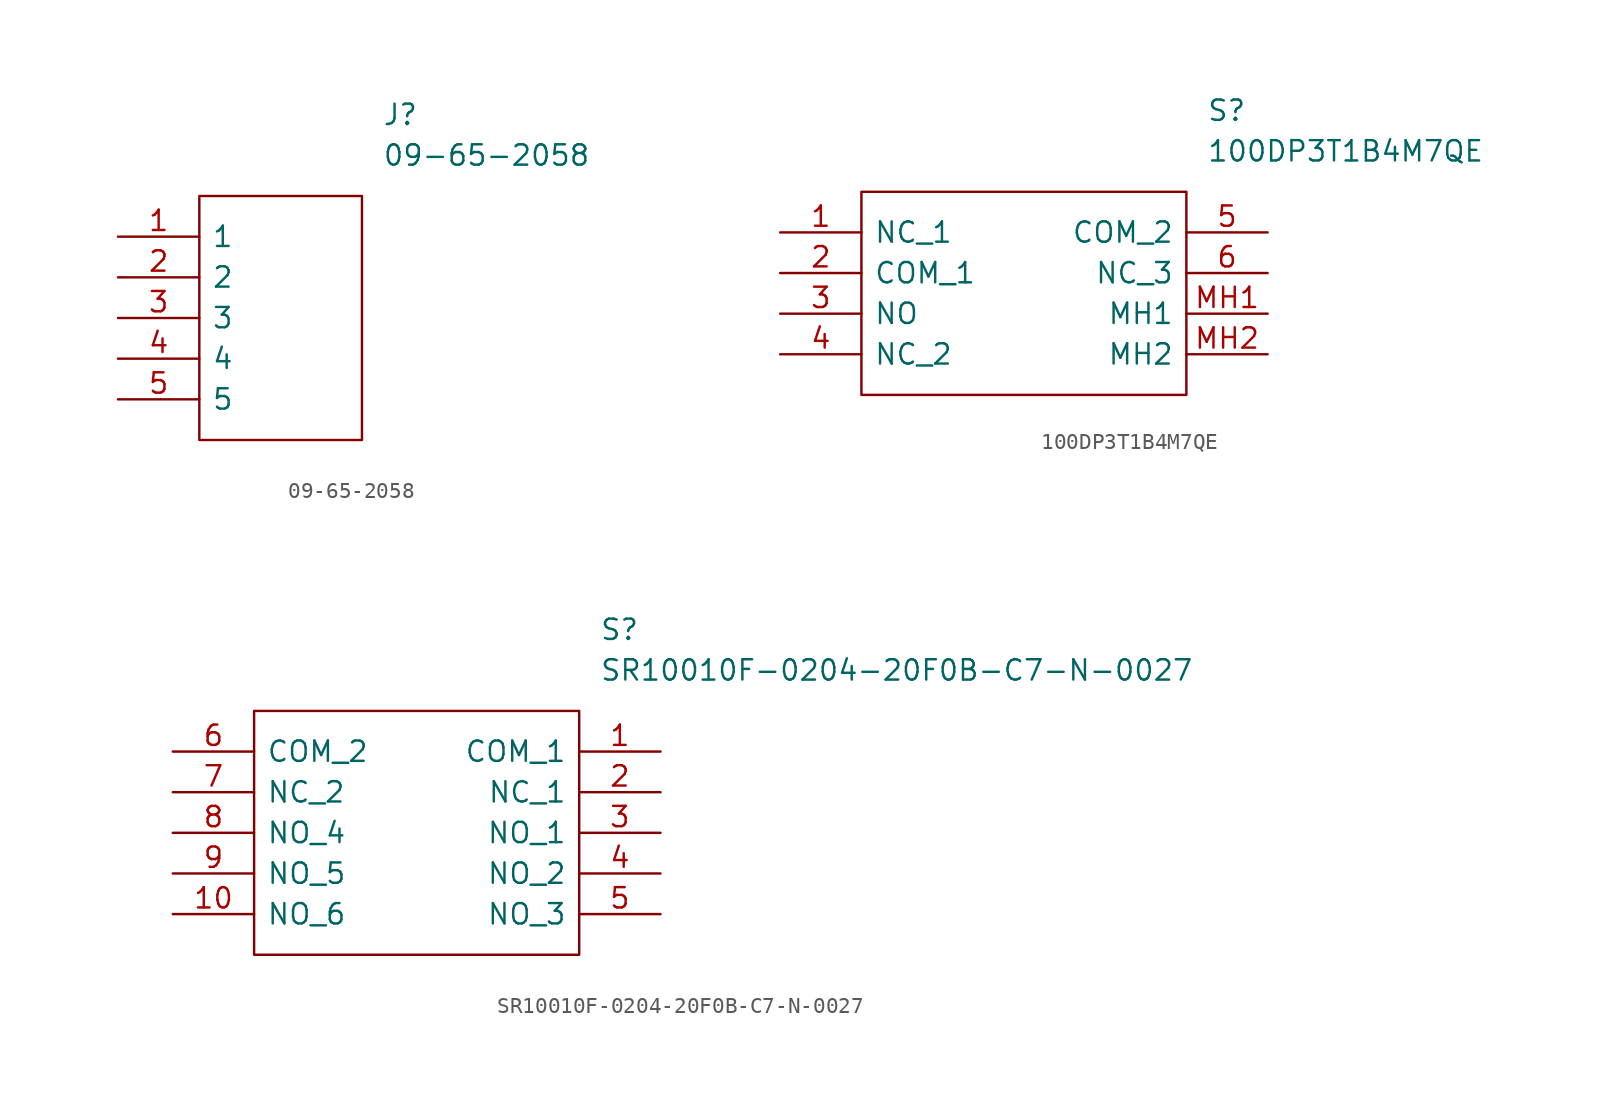
<source format=kicad_sym>
(kicad_symbol_lib
  (version 20211014)
  (generator kicad_symbol_editor)
  (symbol "09-65-2058"
    (pin_names
      (offset 0.762))
    (property "Reference" "J"
      (at 16.51 7.62 0)
      (effects (font (size 1.27 1.27)) (justify left)))
    (property "Value" "09-65-2058"
      (at 16.51 5.08 0)
      (effects (font (size 1.27 1.27)) (justify left)))
    (symbol "09-65-2058_0_0"
      (pin passive line (at 0 0 0) (length 5.08) (name "1" (effects (font (size 1.27 1.27)))) (number "1" (effects (font (size 1.27 1.27)))))
      (pin passive line (at 0 -2.54 0) (length 5.08) (name "2" (effects (font (size 1.27 1.27)))) (number "2" (effects (font (size 1.27 1.27)))))
      (pin passive line (at 0 -5.08 0) (length 5.08) (name "3" (effects (font (size 1.27 1.27)))) (number "3" (effects (font (size 1.27 1.27)))))
      (pin passive line (at 0 -7.62 0) (length 5.08) (name "4" (effects (font (size 1.27 1.27)))) (number "4" (effects (font (size 1.27 1.27)))))
      (pin passive line (at 0 -10.16 0) (length 5.08) (name "5" (effects (font (size 1.27 1.27)))) (number "5" (effects (font (size 1.27 1.27))))))
    (symbol "09-65-2058_0_1"
      (polyline (pts (xy 5.08 2.54) (xy 15.24 2.54) (xy 15.24 -12.7) (xy 5.08 -12.7) (xy 5.08 2.54)) (stroke (width 0.152) (type default) (color 0 0 0 0)) (fill (type none)))))
  (symbol "100DP3T1B4M7QE"
    (pin_names
      (offset 0.762))
    (property "Reference" "S"
      (at 26.67 7.62 0)
      (effects (font (size 1.27 1.27)) (justify left)))
    (property "Value" "100DP3T1B4M7QE"
      (at 26.67 5.08 0)
      (effects (font (size 1.27 1.27)) (justify left)))
    (symbol "100DP3T1B4M7QE_0_0"
      (pin passive line (at 0 0 0) (length 5.08) (name "NC_1" (effects (font (size 1.27 1.27)))) (number "1" (effects (font (size 1.27 1.27)))))
      (pin passive line (at 0 -2.54 0) (length 5.08) (name "COM_1" (effects (font (size 1.27 1.27)))) (number "2" (effects (font (size 1.27 1.27)))))
      (pin passive line (at 0 -5.08 0) (length 5.08) (name "NO" (effects (font (size 1.27 1.27)))) (number "3" (effects (font (size 1.27 1.27)))))
      (pin passive line (at 0 -7.62 0) (length 5.08) (name "NC_2" (effects (font (size 1.27 1.27)))) (number "4" (effects (font (size 1.27 1.27)))))
      (pin passive line (at 30.48 0 180) (length 5.08) (name "COM_2" (effects (font (size 1.27 1.27)))) (number "5" (effects (font (size 1.27 1.27)))))
      (pin passive line (at 30.48 -2.54 180) (length 5.08) (name "NC_3" (effects (font (size 1.27 1.27)))) (number "6" (effects (font (size 1.27 1.27)))))
      (pin passive line (at 30.48 -5.08 180) (length 5.08) (name "MH1" (effects (font (size 1.27 1.27)))) (number "MH1" (effects (font (size 1.27 1.27)))))
      (pin passive line (at 30.48 -7.62 180) (length 5.08) (name "MH2" (effects (font (size 1.27 1.27)))) (number "MH2" (effects (font (size 1.27 1.27))))))
    (symbol "100DP3T1B4M7QE_0_1"
      (polyline (pts (xy 5.08 2.54) (xy 25.4 2.54) (xy 25.4 -10.16) (xy 5.08 -10.16) (xy 5.08 2.54)) (stroke (width 0.152) (type default) (color 0 0 0 0)) (fill (type none)))))
  (symbol "SR10010F-0204-20F0B-C7-N-0027"
    (pin_names
      (offset 0.762))
    (property "Reference" "S"
      (at 26.67 7.62 0)
      (effects (font (size 1.27 1.27)) (justify left)))
    (property "Value" "SR10010F-0204-20F0B-C7-N-0027"
      (at 26.67 5.08 0)
      (effects (font (size 1.27 1.27)) (justify left)))
    (symbol "SR10010F-0204-20F0B-C7-N-0027_0_0"
      (pin passive line (at 30.48 0 180) (length 5.08) (name "COM_1" (effects (font (size 1.27 1.27)))) (number "1" (effects (font (size 1.27 1.27)))))
      (pin passive line (at 0 -10.16 0) (length 5.08) (name "NO_6" (effects (font (size 1.27 1.27)))) (number "10" (effects (font (size 1.27 1.27)))))
      (pin passive line (at 30.48 -2.54 180) (length 5.08) (name "NC_1" (effects (font (size 1.27 1.27)))) (number "2" (effects (font (size 1.27 1.27)))))
      (pin passive line (at 30.48 -5.08 180) (length 5.08) (name "NO_1" (effects (font (size 1.27 1.27)))) (number "3" (effects (font (size 1.27 1.27)))))
      (pin passive line (at 30.48 -7.62 180) (length 5.08) (name "NO_2" (effects (font (size 1.27 1.27)))) (number "4" (effects (font (size 1.27 1.27)))))
      (pin passive line (at 30.48 -10.16 180) (length 5.08) (name "NO_3" (effects (font (size 1.27 1.27)))) (number "5" (effects (font (size 1.27 1.27)))))
      (pin passive line (at 0 0 0) (length 5.08) (name "COM_2" (effects (font (size 1.27 1.27)))) (number "6" (effects (font (size 1.27 1.27)))))
      (pin passive line (at 0 -2.54 0) (length 5.08) (name "NC_2" (effects (font (size 1.27 1.27)))) (number "7" (effects (font (size 1.27 1.27)))))
      (pin passive line (at 0 -5.08 0) (length 5.08) (name "NO_4" (effects (font (size 1.27 1.27)))) (number "8" (effects (font (size 1.27 1.27)))))
      (pin passive line (at 0 -7.62 0) (length 5.08) (name "NO_5" (effects (font (size 1.27 1.27)))) (number "9" (effects (font (size 1.27 1.27))))))
    (symbol "SR10010F-0204-20F0B-C7-N-0027_0_1"
      (polyline (pts (xy 5.08 2.54) (xy 25.4 2.54) (xy 25.4 -12.7) (xy 5.08 -12.7) (xy 5.08 2.54)) (stroke (width 0.152) (type default) (color 0 0 0 0)) (fill (type none))))))
</source>
